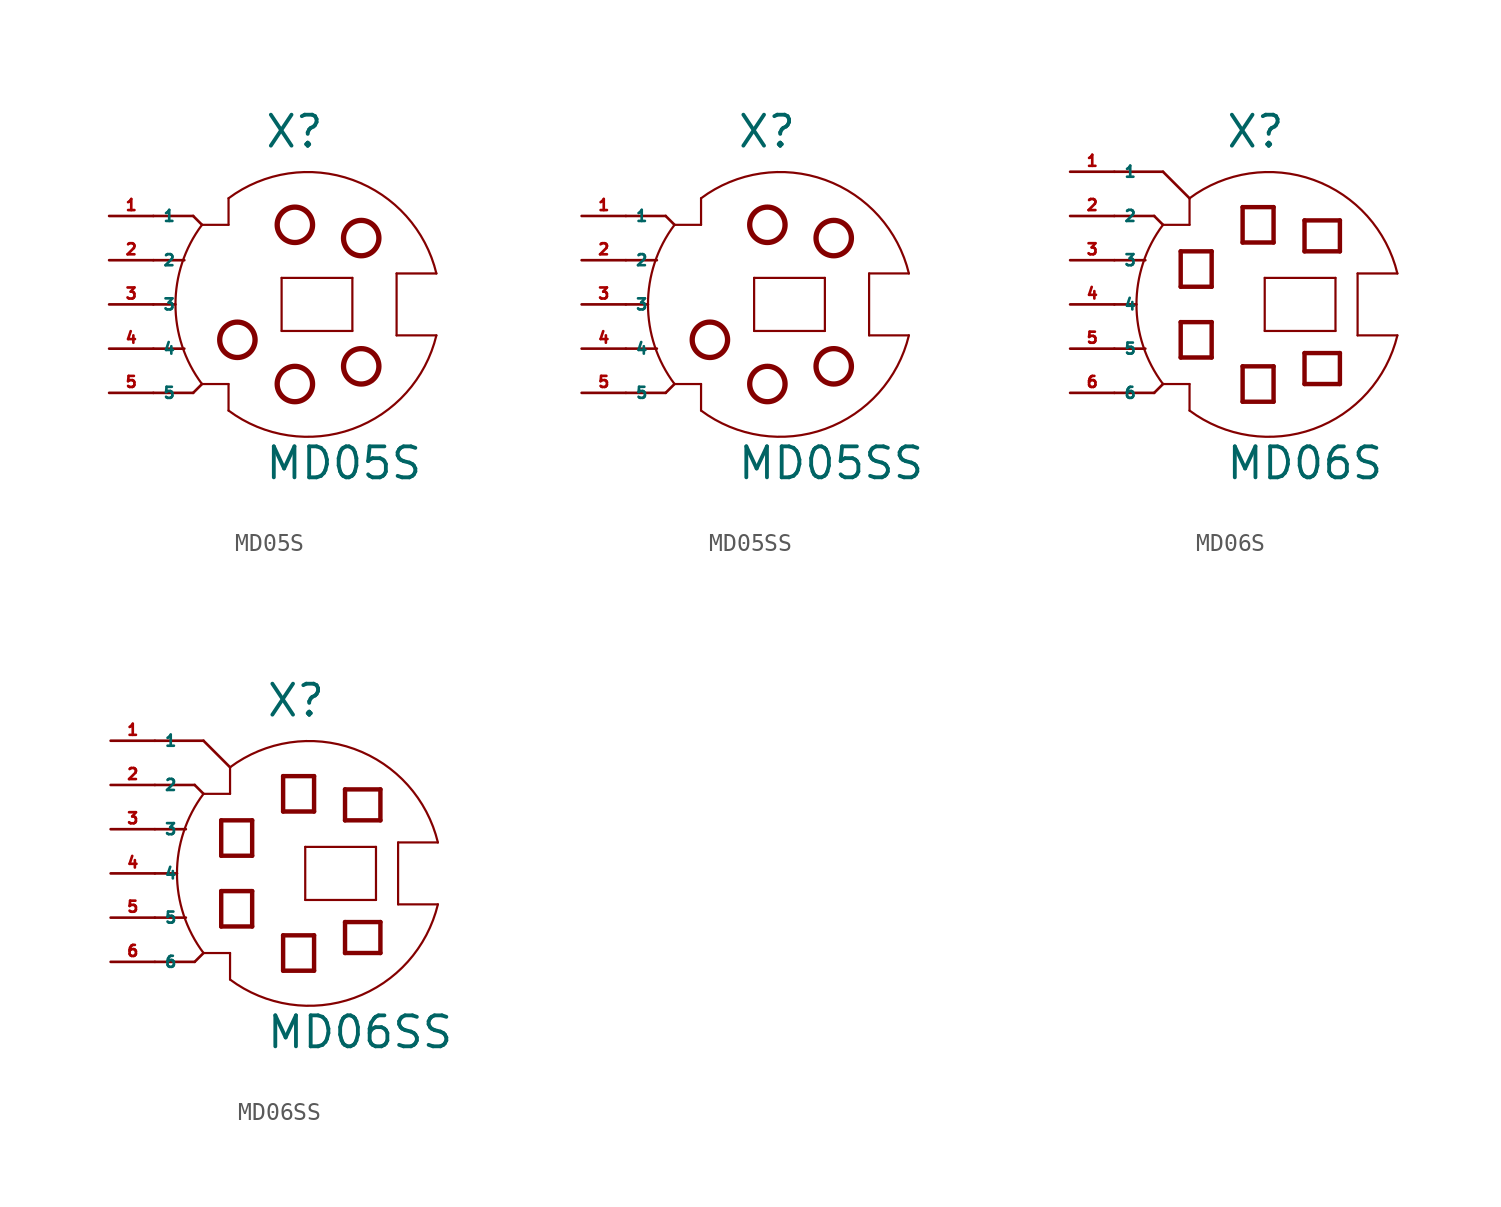
<source format=kicad_sym>
(kicad_symbol_lib
  (version 20220914)
  (generator Eagle2Kicad)
  (symbol "MD05S"
    (property "Reference" "X"
      (at -1.27 8.89 0)
      (effects (font (size 1.778 1.778) (thickness 0.22)) (justify left bottom)))
    (property "Value" "MD05S"
      (at -1.27 -10.16 0)
      (effects (font (size 1.778 1.778) (thickness 0.22)) (justify left bottom)))
    (polyline
      (pts (xy 6.35 -1.778) (xy 8.636 -1.778))
      (stroke (width 0.127) (type default))
      (fill (type none)))
    (polyline
      (pts (xy 6.35 -1.778) (xy 6.35 1.778))
      (stroke (width 0.127) (type default))
      (fill (type none)))
    (polyline
      (pts (xy 6.35 1.778) (xy 8.636 1.778))
      (stroke (width 0.127) (type default))
      (fill (type none)))
    (polyline
      (pts (xy -3.302 6.096) (xy -3.302 4.572))
      (stroke (width 0.127) (type default))
      (fill (type none)))
    (polyline
      (pts (xy -3.302 4.572) (xy -4.826 4.572))
      (stroke (width 0.127) (type default))
      (fill (type none)))
    (polyline
      (pts (xy -4.826 -4.572) (xy -3.302 -4.572))
      (stroke (width 0.127) (type default))
      (fill (type none)))
    (polyline
      (pts (xy -3.302 -4.572) (xy -3.302 -6.096))
      (stroke (width 0.127) (type default))
      (fill (type none)))
    (arc
      (start -4.826 4.572)
      (mid -6.350 0.000)
      (end -4.826 -4.572)
      (stroke (width 0.127) (type default))
      (fill (type none)))
    (arc
      (start 8.6359 1.778)
      (mid 3.829 7.150)
      (end -3.302 6.096)
      (stroke (width 0.127) (type default))
      (fill (type none)))
    (polyline
      (pts (xy -0.254 -1.524) (xy -0.254 1.524))
      (stroke (width 0.127) (type default))
      (fill (type none)))
    (polyline
      (pts (xy -0.254 1.524) (xy 3.81 1.524))
      (stroke (width 0.127) (type default))
      (fill (type none)))
    (polyline
      (pts (xy 3.81 1.524) (xy 3.81 -1.524))
      (stroke (width 0.127) (type default))
      (fill (type none)))
    (polyline
      (pts (xy 3.81 -1.524) (xy -0.254 -1.524))
      (stroke (width 0.127) (type default))
      (fill (type none)))
    (polyline
      (pts (xy -7.62 0) (xy -6.35 0))
      (stroke (width 0.152) (type default))
      (fill (type none)))
    (polyline
      (pts (xy -7.62 2.54) (xy -5.842 2.54))
      (stroke (width 0.152) (type default))
      (fill (type none)))
    (polyline
      (pts (xy -7.62 -2.54) (xy -5.842 -2.54))
      (stroke (width 0.152) (type default))
      (fill (type none)))
    (polyline
      (pts (xy -7.62 5.08) (xy -5.334 5.08))
      (stroke (width 0.152) (type default))
      (fill (type none)))
    (polyline
      (pts (xy -5.334 5.08) (xy -4.826 4.572))
      (stroke (width 0.152) (type default))
      (fill (type none)))
    (polyline
      (pts (xy -7.62 -5.08) (xy -5.334 -5.08))
      (stroke (width 0.152) (type default))
      (fill (type none)))
    (polyline
      (pts (xy -5.334 -5.08) (xy -4.826 -4.572))
      (stroke (width 0.152) (type default))
      (fill (type none)))
    (arc
      (start -3.302 -6.096)
      (mid 3.829 -7.150)
      (end 8.6359 -1.778)
      (stroke (width 0.127) (type default))
      (fill (type none)))
    (circle
      (center 0.508 4.572)
      (radius 1.016)
      (stroke (width 0.305) (type default))
      (fill (type none)))
    (circle
      (center 4.318 3.81)
      (radius 1.016)
      (stroke (width 0.305) (type default))
      (fill (type none)))
    (circle
      (center 0.508 -4.572)
      (radius 1.016)
      (stroke (width 0.305) (type default))
      (fill (type none)))
    (circle
      (center 4.318 -3.556)
      (radius 1.016)
      (stroke (width 0.305) (type default))
      (fill (type none)))
    (circle
      (center -2.794 -2.032)
      (radius 1.016)
      (stroke (width 0.305) (type default))
      (fill (type none)))
    (pin passive line
      (at -10.16 5.08 0)
      (length 2.54)
      (name "1" (effects (font (size 0.635 0.635) (thickness 0.08)) (justify left bottom)))
      (number "1" (effects (font (size 0.635 0.635) (thickness 0.08)) (justify left bottom))))
    (pin passive line
      (at -10.16 2.54 0)
      (length 2.54)
      (name "2" (effects (font (size 0.635 0.635) (thickness 0.08)) (justify left bottom)))
      (number "2" (effects (font (size 0.635 0.635) (thickness 0.08)) (justify left bottom))))
    (pin passive line
      (at -10.16 0 0)
      (length 2.54)
      (name "3" (effects (font (size 0.635 0.635) (thickness 0.08)) (justify left bottom)))
      (number "3" (effects (font (size 0.635 0.635) (thickness 0.08)) (justify left bottom))))
    (pin passive line
      (at -10.16 -2.54 0)
      (length 2.54)
      (name "4" (effects (font (size 0.635 0.635) (thickness 0.08)) (justify left bottom)))
      (number "4" (effects (font (size 0.635 0.635) (thickness 0.08)) (justify left bottom))))
    (pin passive line
      (at -10.16 -5.08 0)
      (length 2.54)
      (name "5" (effects (font (size 0.635 0.635) (thickness 0.08)) (justify left bottom)))
      (number "5" (effects (font (size 0.635 0.635) (thickness 0.08)) (justify left bottom)))))
  (symbol "MD05SS"
    (property "Reference" "X"
      (at -1.27 8.89 0)
      (effects (font (size 1.778 1.778) (thickness 0.22)) (justify left bottom)))
    (property "Value" "MD05SS"
      (at -1.27 -10.16 0)
      (effects (font (size 1.778 1.778) (thickness 0.22)) (justify left bottom)))
    (polyline
      (pts (xy 6.35 -1.778) (xy 8.636 -1.778))
      (stroke (width 0.127) (type default))
      (fill (type none)))
    (polyline
      (pts (xy 6.35 -1.778) (xy 6.35 1.778))
      (stroke (width 0.127) (type default))
      (fill (type none)))
    (polyline
      (pts (xy 6.35 1.778) (xy 8.636 1.778))
      (stroke (width 0.127) (type default))
      (fill (type none)))
    (polyline
      (pts (xy -3.302 6.096) (xy -3.302 4.572))
      (stroke (width 0.127) (type default))
      (fill (type none)))
    (polyline
      (pts (xy -3.302 4.572) (xy -4.826 4.572))
      (stroke (width 0.127) (type default))
      (fill (type none)))
    (polyline
      (pts (xy -4.826 -4.572) (xy -3.302 -4.572))
      (stroke (width 0.127) (type default))
      (fill (type none)))
    (polyline
      (pts (xy -3.302 -4.572) (xy -3.302 -6.096))
      (stroke (width 0.127) (type default))
      (fill (type none)))
    (arc
      (start -4.826 4.572)
      (mid -6.350 0.000)
      (end -4.826 -4.572)
      (stroke (width 0.127) (type default))
      (fill (type none)))
    (arc
      (start 8.6359 1.778)
      (mid 3.829 7.150)
      (end -3.302 6.096)
      (stroke (width 0.127) (type default))
      (fill (type none)))
    (polyline
      (pts (xy -0.254 -1.524) (xy -0.254 1.524))
      (stroke (width 0.127) (type default))
      (fill (type none)))
    (polyline
      (pts (xy -0.254 1.524) (xy 3.81 1.524))
      (stroke (width 0.127) (type default))
      (fill (type none)))
    (polyline
      (pts (xy 3.81 1.524) (xy 3.81 -1.524))
      (stroke (width 0.127) (type default))
      (fill (type none)))
    (polyline
      (pts (xy 3.81 -1.524) (xy -0.254 -1.524))
      (stroke (width 0.127) (type default))
      (fill (type none)))
    (polyline
      (pts (xy -7.62 0) (xy -6.35 0))
      (stroke (width 0.152) (type default))
      (fill (type none)))
    (polyline
      (pts (xy -7.62 2.54) (xy -5.842 2.54))
      (stroke (width 0.152) (type default))
      (fill (type none)))
    (polyline
      (pts (xy -7.62 -2.54) (xy -5.842 -2.54))
      (stroke (width 0.152) (type default))
      (fill (type none)))
    (polyline
      (pts (xy -7.62 5.08) (xy -5.334 5.08))
      (stroke (width 0.152) (type default))
      (fill (type none)))
    (polyline
      (pts (xy -5.334 5.08) (xy -4.826 4.572))
      (stroke (width 0.152) (type default))
      (fill (type none)))
    (polyline
      (pts (xy -7.62 -5.08) (xy -5.334 -5.08))
      (stroke (width 0.152) (type default))
      (fill (type none)))
    (polyline
      (pts (xy -5.334 -5.08) (xy -4.826 -4.572))
      (stroke (width 0.152) (type default))
      (fill (type none)))
    (arc
      (start -3.302 -6.096)
      (mid 3.829 -7.150)
      (end 8.6359 -1.778)
      (stroke (width 0.127) (type default))
      (fill (type none)))
    (circle
      (center 0.508 4.572)
      (radius 1.016)
      (stroke (width 0.305) (type default))
      (fill (type none)))
    (circle
      (center 4.318 3.81)
      (radius 1.016)
      (stroke (width 0.305) (type default))
      (fill (type none)))
    (circle
      (center 0.508 -4.572)
      (radius 1.016)
      (stroke (width 0.305) (type default))
      (fill (type none)))
    (circle
      (center 4.318 -3.556)
      (radius 1.016)
      (stroke (width 0.305) (type default))
      (fill (type none)))
    (circle
      (center -2.794 -2.032)
      (radius 1.016)
      (stroke (width 0.305) (type default))
      (fill (type none)))
    (pin passive line
      (at -10.16 5.08 0)
      (length 2.54)
      (name "1" (effects (font (size 0.635 0.635) (thickness 0.08)) (justify left bottom)))
      (number "1" (effects (font (size 0.635 0.635) (thickness 0.08)) (justify left bottom))))
    (pin passive line
      (at -10.16 2.54 0)
      (length 2.54)
      (name "2" (effects (font (size 0.635 0.635) (thickness 0.08)) (justify left bottom)))
      (number "2" (effects (font (size 0.635 0.635) (thickness 0.08)) (justify left bottom))))
    (pin passive line
      (at -10.16 0 0)
      (length 2.54)
      (name "3" (effects (font (size 0.635 0.635) (thickness 0.08)) (justify left bottom)))
      (number "3" (effects (font (size 0.635 0.635) (thickness 0.08)) (justify left bottom))))
    (pin passive line
      (at -10.16 -2.54 0)
      (length 2.54)
      (name "4" (effects (font (size 0.635 0.635) (thickness 0.08)) (justify left bottom)))
      (number "4" (effects (font (size 0.635 0.635) (thickness 0.08)) (justify left bottom))))
    (pin passive line
      (at -10.16 -5.08 0)
      (length 2.54)
      (name "5" (effects (font (size 0.635 0.635) (thickness 0.08)) (justify left bottom)))
      (number "5" (effects (font (size 0.635 0.635) (thickness 0.08)) (justify left bottom)))))
  (symbol "MD06S"
    (property "Reference" "X"
      (at -1.27 8.89 0)
      (effects (font (size 1.778 1.778) (thickness 0.22)) (justify left bottom)))
    (property "Value" "MD06S"
      (at -1.27 -10.16 0)
      (effects (font (size 1.778 1.778) (thickness 0.22)) (justify left bottom)))
    (polyline
      (pts (xy 6.35 -1.778) (xy 6.35 1.778))
      (stroke (width 0.127) (type default))
      (fill (type none)))
    (polyline
      (pts (xy 6.35 1.778) (xy 8.636 1.778))
      (stroke (width 0.127) (type default))
      (fill (type none)))
    (polyline
      (pts (xy -3.302 6.096) (xy -3.302 4.572))
      (stroke (width 0.127) (type default))
      (fill (type none)))
    (polyline
      (pts (xy -3.302 4.572) (xy -4.826 4.572))
      (stroke (width 0.127) (type default))
      (fill (type none)))
    (polyline
      (pts (xy -4.826 -4.572) (xy -3.302 -4.572))
      (stroke (width 0.127) (type default))
      (fill (type none)))
    (polyline
      (pts (xy -3.302 -4.572) (xy -3.302 -6.096))
      (stroke (width 0.127) (type default))
      (fill (type none)))
    (arc
      (start -4.826 4.572)
      (mid -6.350 0.000)
      (end -4.826 -4.572)
      (stroke (width 0.127) (type default))
      (fill (type none)))
    (arc
      (start 8.6359 1.778)
      (mid 3.829 7.150)
      (end -3.302 6.096)
      (stroke (width 0.127) (type default))
      (fill (type none)))
    (polyline
      (pts (xy 1.016 -1.524) (xy 1.016 1.524))
      (stroke (width 0.127) (type default))
      (fill (type none)))
    (polyline
      (pts (xy 1.016 1.524) (xy 5.08 1.524))
      (stroke (width 0.127) (type default))
      (fill (type none)))
    (polyline
      (pts (xy 5.08 1.524) (xy 5.08 -1.524))
      (stroke (width 0.127) (type default))
      (fill (type none)))
    (polyline
      (pts (xy 5.08 -1.524) (xy 1.016 -1.524))
      (stroke (width 0.127) (type default))
      (fill (type none)))
    (polyline
      (pts (xy 1.524 3.556) (xy -0.254 3.556))
      (stroke (width 0.254) (type default))
      (fill (type none)))
    (polyline
      (pts (xy -0.254 3.556) (xy -0.254 5.588))
      (stroke (width 0.254) (type default))
      (fill (type none)))
    (polyline
      (pts (xy -0.254 5.588) (xy 1.524 5.588))
      (stroke (width 0.254) (type default))
      (fill (type none)))
    (polyline
      (pts (xy 1.524 5.588) (xy 1.524 3.556))
      (stroke (width 0.254) (type default))
      (fill (type none)))
    (polyline
      (pts (xy 1.524 -5.588) (xy -0.254 -5.588))
      (stroke (width 0.254) (type default))
      (fill (type none)))
    (polyline
      (pts (xy -0.254 -5.588) (xy -0.254 -3.556))
      (stroke (width 0.254) (type default))
      (fill (type none)))
    (polyline
      (pts (xy -0.254 -3.556) (xy 1.524 -3.556))
      (stroke (width 0.254) (type default))
      (fill (type none)))
    (polyline
      (pts (xy 1.524 -3.556) (xy 1.524 -5.588))
      (stroke (width 0.254) (type default))
      (fill (type none)))
    (polyline
      (pts (xy 5.334 3.048) (xy 3.302 3.048))
      (stroke (width 0.254) (type default))
      (fill (type none)))
    (polyline
      (pts (xy 3.302 3.048) (xy 3.302 4.826))
      (stroke (width 0.254) (type default))
      (fill (type none)))
    (polyline
      (pts (xy 3.302 4.826) (xy 5.334 4.826))
      (stroke (width 0.254) (type default))
      (fill (type none)))
    (polyline
      (pts (xy 5.334 4.826) (xy 5.334 3.048))
      (stroke (width 0.254) (type default))
      (fill (type none)))
    (polyline
      (pts (xy 5.334 -4.572) (xy 3.302 -4.572))
      (stroke (width 0.254) (type default))
      (fill (type none)))
    (polyline
      (pts (xy 3.302 -4.572) (xy 3.302 -2.794))
      (stroke (width 0.254) (type default))
      (fill (type none)))
    (polyline
      (pts (xy 3.302 -2.794) (xy 5.334 -2.794))
      (stroke (width 0.254) (type default))
      (fill (type none)))
    (polyline
      (pts (xy 5.334 -2.794) (xy 5.334 -4.572))
      (stroke (width 0.254) (type default))
      (fill (type none)))
    (polyline
      (pts (xy -2.032 1.016) (xy -3.81 1.016))
      (stroke (width 0.254) (type default))
      (fill (type none)))
    (polyline
      (pts (xy -3.81 1.016) (xy -3.81 3.048))
      (stroke (width 0.254) (type default))
      (fill (type none)))
    (polyline
      (pts (xy -3.81 3.048) (xy -2.032 3.048))
      (stroke (width 0.254) (type default))
      (fill (type none)))
    (polyline
      (pts (xy -2.032 3.048) (xy -2.032 1.016))
      (stroke (width 0.254) (type default))
      (fill (type none)))
    (polyline
      (pts (xy -2.032 -3.048) (xy -3.81 -3.048))
      (stroke (width 0.254) (type default))
      (fill (type none)))
    (polyline
      (pts (xy -3.81 -3.048) (xy -3.81 -1.016))
      (stroke (width 0.254) (type default))
      (fill (type none)))
    (polyline
      (pts (xy -3.81 -1.016) (xy -2.032 -1.016))
      (stroke (width 0.254) (type default))
      (fill (type none)))
    (polyline
      (pts (xy -2.032 -1.016) (xy -2.032 -3.048))
      (stroke (width 0.254) (type default))
      (fill (type none)))
    (polyline
      (pts (xy -7.62 0) (xy -6.35 0))
      (stroke (width 0.152) (type default))
      (fill (type none)))
    (polyline
      (pts (xy -7.62 2.54) (xy -5.842 2.54))
      (stroke (width 0.152) (type default))
      (fill (type none)))
    (polyline
      (pts (xy -7.62 -2.54) (xy -5.842 -2.54))
      (stroke (width 0.152) (type default))
      (fill (type none)))
    (polyline
      (pts (xy -7.62 5.08) (xy -5.334 5.08))
      (stroke (width 0.152) (type default))
      (fill (type none)))
    (polyline
      (pts (xy -5.334 5.08) (xy -4.826 4.572))
      (stroke (width 0.152) (type default))
      (fill (type none)))
    (polyline
      (pts (xy -7.62 -5.08) (xy -5.334 -5.08))
      (stroke (width 0.152) (type default))
      (fill (type none)))
    (polyline
      (pts (xy -5.334 -5.08) (xy -4.826 -4.572))
      (stroke (width 0.152) (type default))
      (fill (type none)))
    (polyline
      (pts (xy -7.62 7.62) (xy -4.826 7.62))
      (stroke (width 0.152) (type default))
      (fill (type none)))
    (polyline
      (pts (xy -4.826 7.62) (xy -3.302 6.096))
      (stroke (width 0.152) (type default))
      (fill (type none)))
    (polyline
      (pts (xy 6.35 -1.778) (xy 8.636 -1.778))
      (stroke (width 0.127) (type default))
      (fill (type none)))
    (arc
      (start -3.302 -6.096)
      (mid 3.829 -7.150)
      (end 8.6359 -1.778)
      (stroke (width 0.127) (type default))
      (fill (type none)))
    (pin passive line
      (at -10.16 7.62 0)
      (length 2.54)
      (name "1" (effects (font (size 0.635 0.635) (thickness 0.08)) (justify left bottom)))
      (number "1" (effects (font (size 0.635 0.635) (thickness 0.08)) (justify left bottom))))
    (pin passive line
      (at -10.16 5.08 0)
      (length 2.54)
      (name "2" (effects (font (size 0.635 0.635) (thickness 0.08)) (justify left bottom)))
      (number "2" (effects (font (size 0.635 0.635) (thickness 0.08)) (justify left bottom))))
    (pin passive line
      (at -10.16 2.54 0)
      (length 2.54)
      (name "3" (effects (font (size 0.635 0.635) (thickness 0.08)) (justify left bottom)))
      (number "3" (effects (font (size 0.635 0.635) (thickness 0.08)) (justify left bottom))))
    (pin passive line
      (at -10.16 0 0)
      (length 2.54)
      (name "4" (effects (font (size 0.635 0.635) (thickness 0.08)) (justify left bottom)))
      (number "4" (effects (font (size 0.635 0.635) (thickness 0.08)) (justify left bottom))))
    (pin passive line
      (at -10.16 -2.54 0)
      (length 2.54)
      (name "5" (effects (font (size 0.635 0.635) (thickness 0.08)) (justify left bottom)))
      (number "5" (effects (font (size 0.635 0.635) (thickness 0.08)) (justify left bottom))))
    (pin passive line
      (at -10.16 -5.08 0)
      (length 2.54)
      (name "6" (effects (font (size 0.635 0.635) (thickness 0.08)) (justify left bottom)))
      (number "6" (effects (font (size 0.635 0.635) (thickness 0.08)) (justify left bottom)))))
  (symbol "MD06SS"
    (property "Reference" "X"
      (at -1.27 8.89 0)
      (effects (font (size 1.778 1.778) (thickness 0.22)) (justify left bottom)))
    (property "Value" "MD06SS"
      (at -1.27 -10.16 0)
      (effects (font (size 1.778 1.778) (thickness 0.22)) (justify left bottom)))
    (polyline
      (pts (xy 6.35 -1.778) (xy 6.35 1.778))
      (stroke (width 0.127) (type default))
      (fill (type none)))
    (polyline
      (pts (xy 6.35 1.778) (xy 8.636 1.778))
      (stroke (width 0.127) (type default))
      (fill (type none)))
    (polyline
      (pts (xy -3.302 6.096) (xy -3.302 4.572))
      (stroke (width 0.127) (type default))
      (fill (type none)))
    (polyline
      (pts (xy -3.302 4.572) (xy -4.826 4.572))
      (stroke (width 0.127) (type default))
      (fill (type none)))
    (polyline
      (pts (xy -4.826 -4.572) (xy -3.302 -4.572))
      (stroke (width 0.127) (type default))
      (fill (type none)))
    (polyline
      (pts (xy -3.302 -4.572) (xy -3.302 -6.096))
      (stroke (width 0.127) (type default))
      (fill (type none)))
    (arc
      (start -4.826 4.572)
      (mid -6.350 0.000)
      (end -4.826 -4.572)
      (stroke (width 0.127) (type default))
      (fill (type none)))
    (arc
      (start 8.6359 1.778)
      (mid 3.829 7.150)
      (end -3.302 6.096)
      (stroke (width 0.127) (type default))
      (fill (type none)))
    (polyline
      (pts (xy 1.016 -1.524) (xy 1.016 1.524))
      (stroke (width 0.127) (type default))
      (fill (type none)))
    (polyline
      (pts (xy 1.016 1.524) (xy 5.08 1.524))
      (stroke (width 0.127) (type default))
      (fill (type none)))
    (polyline
      (pts (xy 5.08 1.524) (xy 5.08 -1.524))
      (stroke (width 0.127) (type default))
      (fill (type none)))
    (polyline
      (pts (xy 5.08 -1.524) (xy 1.016 -1.524))
      (stroke (width 0.127) (type default))
      (fill (type none)))
    (polyline
      (pts (xy 1.524 3.556) (xy -0.254 3.556))
      (stroke (width 0.254) (type default))
      (fill (type none)))
    (polyline
      (pts (xy -0.254 3.556) (xy -0.254 5.588))
      (stroke (width 0.254) (type default))
      (fill (type none)))
    (polyline
      (pts (xy -0.254 5.588) (xy 1.524 5.588))
      (stroke (width 0.254) (type default))
      (fill (type none)))
    (polyline
      (pts (xy 1.524 5.588) (xy 1.524 3.556))
      (stroke (width 0.254) (type default))
      (fill (type none)))
    (polyline
      (pts (xy 1.524 -5.588) (xy -0.254 -5.588))
      (stroke (width 0.254) (type default))
      (fill (type none)))
    (polyline
      (pts (xy -0.254 -5.588) (xy -0.254 -3.556))
      (stroke (width 0.254) (type default))
      (fill (type none)))
    (polyline
      (pts (xy -0.254 -3.556) (xy 1.524 -3.556))
      (stroke (width 0.254) (type default))
      (fill (type none)))
    (polyline
      (pts (xy 1.524 -3.556) (xy 1.524 -5.588))
      (stroke (width 0.254) (type default))
      (fill (type none)))
    (polyline
      (pts (xy 5.334 3.048) (xy 3.302 3.048))
      (stroke (width 0.254) (type default))
      (fill (type none)))
    (polyline
      (pts (xy 3.302 3.048) (xy 3.302 4.826))
      (stroke (width 0.254) (type default))
      (fill (type none)))
    (polyline
      (pts (xy 3.302 4.826) (xy 5.334 4.826))
      (stroke (width 0.254) (type default))
      (fill (type none)))
    (polyline
      (pts (xy 5.334 4.826) (xy 5.334 3.048))
      (stroke (width 0.254) (type default))
      (fill (type none)))
    (polyline
      (pts (xy 5.334 -4.572) (xy 3.302 -4.572))
      (stroke (width 0.254) (type default))
      (fill (type none)))
    (polyline
      (pts (xy 3.302 -4.572) (xy 3.302 -2.794))
      (stroke (width 0.254) (type default))
      (fill (type none)))
    (polyline
      (pts (xy 3.302 -2.794) (xy 5.334 -2.794))
      (stroke (width 0.254) (type default))
      (fill (type none)))
    (polyline
      (pts (xy 5.334 -2.794) (xy 5.334 -4.572))
      (stroke (width 0.254) (type default))
      (fill (type none)))
    (polyline
      (pts (xy -2.032 1.016) (xy -3.81 1.016))
      (stroke (width 0.254) (type default))
      (fill (type none)))
    (polyline
      (pts (xy -3.81 1.016) (xy -3.81 3.048))
      (stroke (width 0.254) (type default))
      (fill (type none)))
    (polyline
      (pts (xy -3.81 3.048) (xy -2.032 3.048))
      (stroke (width 0.254) (type default))
      (fill (type none)))
    (polyline
      (pts (xy -2.032 3.048) (xy -2.032 1.016))
      (stroke (width 0.254) (type default))
      (fill (type none)))
    (polyline
      (pts (xy -2.032 -3.048) (xy -3.81 -3.048))
      (stroke (width 0.254) (type default))
      (fill (type none)))
    (polyline
      (pts (xy -3.81 -3.048) (xy -3.81 -1.016))
      (stroke (width 0.254) (type default))
      (fill (type none)))
    (polyline
      (pts (xy -3.81 -1.016) (xy -2.032 -1.016))
      (stroke (width 0.254) (type default))
      (fill (type none)))
    (polyline
      (pts (xy -2.032 -1.016) (xy -2.032 -3.048))
      (stroke (width 0.254) (type default))
      (fill (type none)))
    (polyline
      (pts (xy -7.62 0) (xy -6.35 0))
      (stroke (width 0.152) (type default))
      (fill (type none)))
    (polyline
      (pts (xy -7.62 2.54) (xy -5.842 2.54))
      (stroke (width 0.152) (type default))
      (fill (type none)))
    (polyline
      (pts (xy -7.62 -2.54) (xy -5.842 -2.54))
      (stroke (width 0.152) (type default))
      (fill (type none)))
    (polyline
      (pts (xy -7.62 5.08) (xy -5.334 5.08))
      (stroke (width 0.152) (type default))
      (fill (type none)))
    (polyline
      (pts (xy -5.334 5.08) (xy -4.826 4.572))
      (stroke (width 0.152) (type default))
      (fill (type none)))
    (polyline
      (pts (xy -7.62 -5.08) (xy -5.334 -5.08))
      (stroke (width 0.152) (type default))
      (fill (type none)))
    (polyline
      (pts (xy -5.334 -5.08) (xy -4.826 -4.572))
      (stroke (width 0.152) (type default))
      (fill (type none)))
    (polyline
      (pts (xy -7.62 7.62) (xy -4.826 7.62))
      (stroke (width 0.152) (type default))
      (fill (type none)))
    (polyline
      (pts (xy -4.826 7.62) (xy -3.302 6.096))
      (stroke (width 0.152) (type default))
      (fill (type none)))
    (polyline
      (pts (xy 6.35 -1.778) (xy 8.636 -1.778))
      (stroke (width 0.127) (type default))
      (fill (type none)))
    (arc
      (start -3.302 -6.096)
      (mid 3.829 -7.150)
      (end 8.6359 -1.778)
      (stroke (width 0.127) (type default))
      (fill (type none)))
    (pin passive line
      (at -10.16 7.62 0)
      (length 2.54)
      (name "1" (effects (font (size 0.635 0.635) (thickness 0.08)) (justify left bottom)))
      (number "1" (effects (font (size 0.635 0.635) (thickness 0.08)) (justify left bottom))))
    (pin passive line
      (at -10.16 5.08 0)
      (length 2.54)
      (name "2" (effects (font (size 0.635 0.635) (thickness 0.08)) (justify left bottom)))
      (number "2" (effects (font (size 0.635 0.635) (thickness 0.08)) (justify left bottom))))
    (pin passive line
      (at -10.16 2.54 0)
      (length 2.54)
      (name "3" (effects (font (size 0.635 0.635) (thickness 0.08)) (justify left bottom)))
      (number "3" (effects (font (size 0.635 0.635) (thickness 0.08)) (justify left bottom))))
    (pin passive line
      (at -10.16 0 0)
      (length 2.54)
      (name "4" (effects (font (size 0.635 0.635) (thickness 0.08)) (justify left bottom)))
      (number "4" (effects (font (size 0.635 0.635) (thickness 0.08)) (justify left bottom))))
    (pin passive line
      (at -10.16 -2.54 0)
      (length 2.54)
      (name "5" (effects (font (size 0.635 0.635) (thickness 0.08)) (justify left bottom)))
      (number "5" (effects (font (size 0.635 0.635) (thickness 0.08)) (justify left bottom))))
    (pin passive line
      (at -10.16 -5.08 0)
      (length 2.54)
      (name "6" (effects (font (size 0.635 0.635) (thickness 0.08)) (justify left bottom)))
      (number "6" (effects (font (size 0.635 0.635) (thickness 0.08)) (justify left bottom))))))
</source>
